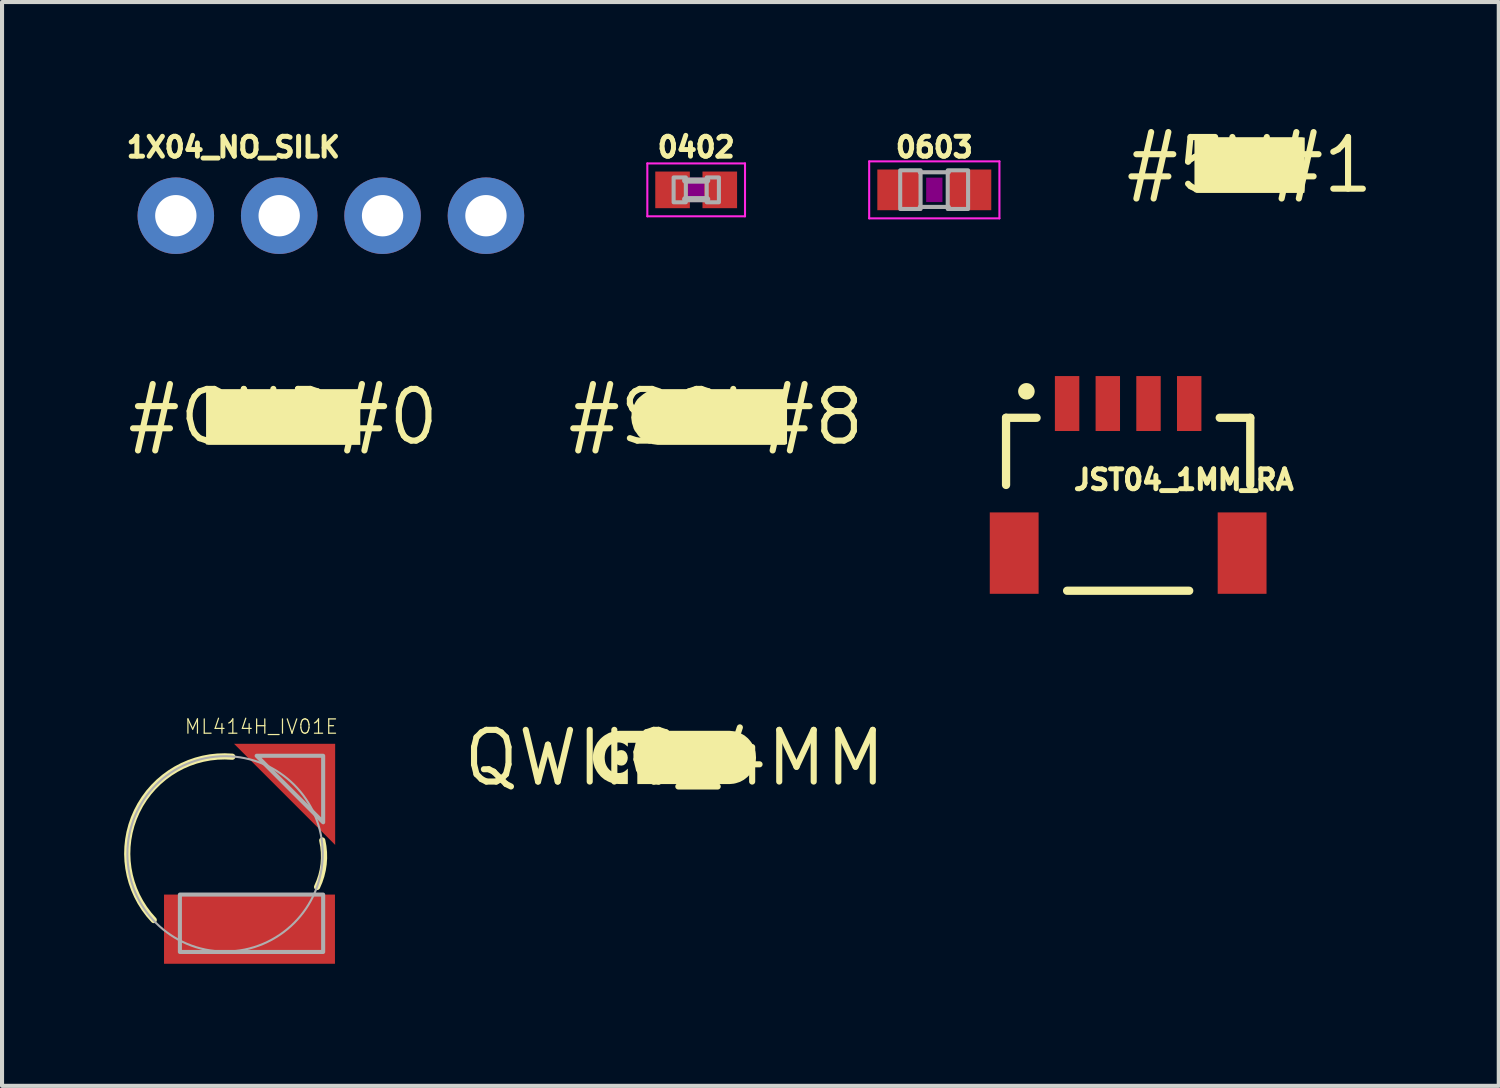
<source format=kicad_pcb>
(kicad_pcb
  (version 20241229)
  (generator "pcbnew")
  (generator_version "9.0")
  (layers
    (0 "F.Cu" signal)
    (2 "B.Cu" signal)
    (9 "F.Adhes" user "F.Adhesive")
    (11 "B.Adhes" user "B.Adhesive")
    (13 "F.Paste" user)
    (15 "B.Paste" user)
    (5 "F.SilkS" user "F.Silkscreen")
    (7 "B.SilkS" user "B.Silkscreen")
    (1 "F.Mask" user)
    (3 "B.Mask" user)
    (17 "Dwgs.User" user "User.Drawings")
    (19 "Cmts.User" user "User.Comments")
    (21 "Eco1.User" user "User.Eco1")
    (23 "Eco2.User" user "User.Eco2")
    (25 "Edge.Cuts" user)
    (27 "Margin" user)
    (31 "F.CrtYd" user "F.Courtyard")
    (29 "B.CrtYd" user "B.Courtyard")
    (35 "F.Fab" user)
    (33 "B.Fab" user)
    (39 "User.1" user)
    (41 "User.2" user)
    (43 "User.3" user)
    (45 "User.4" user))
  (footprint "#5V#1"
    (layer "F.Cu")
    (at 27.653 1.006)
    (property "Reference" "#5V#1" (at 0 0 0) (layer "F.SilkS") (effects (font (size 1.27 1.27) (thickness 0.15))))
    (fp_poly (pts (xy 1.355 -0.674) (xy 1.355 0.62) (xy 1.344 0.685) (xy -1.301 0.685) (xy -1.355 0.663) (xy -1.355 -0.631) (xy -1.333 -0.685) (xy 1.29 -0.685)) (stroke (width 0) (type solid)) (fill yes) (layer "F.SilkS")))
  (footprint "1X04_NO_SILK"
    (layer "F.Cu")
    (at 1.27 2.25)
    (property "Reference" "1X04_NO_SILK" (at -1.27 -1.397 0) (layer "F.SilkS") (effects (font (size 0.488 0.488) (thickness 0.122)) (justify left bottom)))
    (fp_poly (pts (xy -0.254 0.254) (xy 0.254 0.254) (xy 0.254 -0.254) (xy -0.254 -0.254)) (stroke (width 0.1) (type solid)) (fill no) (layer "F.Fab"))
    (fp_poly (pts (xy 2.286 0.254) (xy 2.794 0.254) (xy 2.794 -0.254) (xy 2.286 -0.254)) (stroke (width 0.1) (type solid)) (fill no) (layer "F.Fab"))
    (fp_poly (pts (xy 4.826 0.254) (xy 5.334 0.254) (xy 5.334 -0.254) (xy 4.826 -0.254)) (stroke (width 0.1) (type solid)) (fill no) (layer "F.Fab"))
    (fp_poly (pts (xy 7.366 0.254) (xy 7.874 0.254) (xy 7.874 -0.254) (xy 7.366 -0.254)) (stroke (width 0.1) (type solid)) (fill no) (layer "F.Fab"))
    (pad "1" thru_hole circle (at 0 0 90) (size 1.88 1.88) (drill 1.016) (layers "*.Cu" "*.Mask"))
    (pad "2" thru_hole circle (at 2.54 0 90) (size 1.88 1.88) (drill 1.016) (layers "*.Cu" "*.Mask"))
    (pad "3" thru_hole circle (at 5.08 0 90) (size 1.88 1.88) (drill 1.016) (layers "*.Cu" "*.Mask"))
    (pad "4" thru_hole circle (at 7.62 0 90) (size 1.88 1.88) (drill 1.016) (layers "*.Cu" "*.Mask")))
  (footprint "#GND#0"
    (layer "F.Cu")
    (at 3.908 7.196)
    (property "Reference" "#GND#0" (at 0 0 0) (layer "F.SilkS") (effects (font (size 1.27 1.27) (thickness 0.15))))
    (fp_poly (pts (xy 1.895 -0.674) (xy 1.895 0.685) (xy -1.83 0.685) (xy -1.895 0.674) (xy -1.895 -0.685) (xy 1.83 -0.685)) (stroke (width 0) (type solid)) (fill yes) (layer "F.SilkS")))
  (footprint "JST04_1MM_RA"
    (layer "F.Cu")
    (at 24.669 6.865)
    (property "Reference" "JST04_1MM_RA" (at -1.397 2.159 0) (layer "F.SilkS") (effects (font (size 0.488 0.488) (thickness 0.122)) (justify left bottom)))
    (fp_line (start -3 0.35) (end -2.25 0.35) (stroke (width 0.203) (type solid)) (layer "F.SilkS"))
    (fp_line (start -3 2) (end -3 0.35) (stroke (width 0.203) (type solid)) (layer "F.SilkS"))
    (fp_line (start -1.5 4.6) (end 1.5 4.6) (stroke (width 0.203) (type solid)) (layer "F.SilkS"))
    (fp_line (start 2.25 0.35) (end 3 0.35) (stroke (width 0.203) (type solid)) (layer "F.SilkS"))
    (fp_line (start 3 0.35) (end 3 2) (stroke (width 0.203) (type solid)) (layer "F.SilkS"))
    (fp_circle (center -2.5 -0.3) (end -2.398 -0.3) (stroke (width 0.203) (type solid)) (fill no) (layer "F.SilkS"))
    (pad "1" smd rect (at -1.5 0) (size 0.6 1.35) (layers "F.Cu" "F.Mask" "F.Paste"))
    (pad "2" smd rect (at -0.5 0) (size 0.6 1.35) (layers "F.Cu" "F.Mask" "F.Paste"))
    (pad "3" smd rect (at 0.5 0) (size 0.6 1.35) (layers "F.Cu" "F.Mask" "F.Paste"))
    (pad "4" smd rect (at 1.5 0) (size 0.6 1.35) (layers "F.Cu" "F.Mask" "F.Paste"))
    (pad "NC1" smd rect (at 2.8 3.675) (size 1.2 2) (layers "F.Cu" "F.Mask" "F.Paste"))
    (pad "NC2" smd rect (at -2.8 3.675) (size 1.2 2) (layers "F.Cu" "F.Mask" "F.Paste")))
  (footprint "#SCL#8"
    (layer "F.Cu")
    (at 14.543 7.196)
    (property "Reference" "#SCL#8" (at 0 0 0) (layer "F.SilkS") (effects (font (size 1.27 1.27) (thickness 0.15))))
    (fp_poly (pts (xy -1.397 -0.685) (xy 1.723 -0.685) (xy 1.745 -0.631) (xy 1.745 0.663) (xy 1.691 0.685) (xy -1.43 0.685) (xy -1.501 0.675) (xy -1.571 0.665) (xy -1.632 0.645) (xy -1.753 0.584) (xy -1.813 0.544) (xy -1.863 0.504) (xy -1.914 0.453) (xy -1.954 0.393) (xy -1.994 0.343) (xy -2.025 0.282) (xy -2.045 0.211) (xy -2.065 0.151) (xy -2.075 0.081) (xy -2.085 0.01) (xy -2.075 -0.05) (xy -2.075 -0.121) (xy -2.055 -0.191) (xy -2.035 -0.252) (xy -1.974 -0.373) (xy -1.934 -0.433) (xy -1.883 -0.484) (xy -1.833 -0.524) (xy -1.783 -0.564) (xy -1.723 -0.604) (xy -1.662 -0.635) (xy -1.591 -0.655) (xy -1.531 -0.675) (xy -1.46 -0.675) (xy -1.408 -0.684) (xy -1.409 -0.685) (xy -1.4 -0.685) (xy -1.398 -0.685)) (stroke (width 0) (type solid)) (fill yes) (layer "F.SilkS")))
  (footprint "0402"
    (layer "F.Cu")
    (at 14.055 1.615)
    (property "Reference" "0402" (at 0 -0.762 0) (layer "F.SilkS") (effects (font (size 0.488 0.488) (thickness 0.122)) (justify bottom)))
    (fp_poly (pts (xy -0.2 0.3) (xy 0.2 0.3) (xy 0.2 -0.3) (xy -0.2 -0.3)) (stroke (width 0) (type solid)) (fill yes) (layer "F.Adhes"))
    (fp_line (start -1.2 -0.65) (end 1.2 -0.65) (stroke (width 0.051) (type solid)) (layer "F.CrtYd"))
    (fp_line (start -1.2 0.65) (end -1.2 -0.65) (stroke (width 0.051) (type solid)) (layer "F.CrtYd"))
    (fp_line (start 1.2 -0.65) (end 1.2 0.65) (stroke (width 0.051) (type solid)) (layer "F.CrtYd"))
    (fp_line (start 1.2 0.65) (end -1.2 0.65) (stroke (width 0.051) (type solid)) (layer "F.CrtYd"))
    (fp_line (start -0.27 -0.229) (end 0.27 -0.229) (stroke (width 0.152) (type solid)) (layer "F.Fab"))
    (fp_line (start 0.27 0.229) (end -0.27 0.229) (stroke (width 0.152) (type solid)) (layer "F.Fab"))
    (fp_poly (pts (xy -0.554 0.305) (xy -0.254 0.305) (xy -0.254 -0.305) (xy -0.554 -0.305)) (stroke (width 0.1) (type solid)) (fill no) (layer "F.Fab"))
    (fp_poly (pts (xy 0.259 0.305) (xy 0.559 0.305) (xy 0.559 -0.305) (xy 0.259 -0.305)) (stroke (width 0.1) (type solid)) (fill no) (layer "F.Fab"))
    (pad "1" smd rect (at -0.58 0) (size 0.85 0.9) (layers "F.Cu" "F.Mask" "F.Paste"))
    (pad "2" smd rect (at 0.58 0) (size 0.85 0.9) (layers "F.Cu" "F.Mask" "F.Paste")))
  (footprint "0603"
    (layer "F.Cu")
    (at 19.906 1.615)
    (property "Reference" "0603" (at 0 -0.762 0) (layer "F.SilkS") (effects (font (size 0.488 0.488) (thickness 0.122)) (justify bottom)))
    (fp_poly (pts (xy -0.2 0.3) (xy 0.2 0.3) (xy 0.2 -0.3) (xy -0.2 -0.3)) (stroke (width 0) (type solid)) (fill yes) (layer "F.Adhes"))
    (fp_line (start -1.6 -0.7) (end 1.6 -0.7) (stroke (width 0.051) (type solid)) (layer "F.CrtYd"))
    (fp_line (start -1.6 0.7) (end -1.6 -0.7) (stroke (width 0.051) (type solid)) (layer "F.CrtYd"))
    (fp_line (start 1.6 -0.7) (end 1.6 0.7) (stroke (width 0.051) (type solid)) (layer "F.CrtYd"))
    (fp_line (start 1.6 0.7) (end -1.6 0.7) (stroke (width 0.051) (type solid)) (layer "F.CrtYd"))
    (fp_line (start -0.356 -0.432) (end 0.356 -0.432) (stroke (width 0.102) (type solid)) (layer "F.Fab"))
    (fp_line (start -0.356 0.419) (end 0.356 0.419) (stroke (width 0.102) (type solid)) (layer "F.Fab"))
    (fp_poly (pts (xy -0.838 0.47) (xy -0.338 0.47) (xy -0.338 -0.48) (xy -0.838 -0.48)) (stroke (width 0.1) (type solid)) (fill no) (layer "F.Fab"))
    (fp_poly (pts (xy 0.33 0.47) (xy 0.83 0.47) (xy 0.83 -0.48) (xy 0.33 -0.48)) (stroke (width 0.1) (type solid)) (fill no) (layer "F.Fab"))
    (pad "1" smd rect (at -0.85 0) (size 1.1 1) (layers "F.Cu" "F.Mask" "F.Paste"))
    (pad "2" smd rect (at 0.85 0) (size 1.1 1) (layers "F.Cu" "F.Mask" "F.Paste")))
  (footprint "ML414H_IV01E"
    (layer "F.Cu")
    (at 2.48 17.93)
    (property "Reference" "ML414H_IV01E" (at -1.016 -2.921 0) (layer "F.SilkS") (effects (font (size 0.351 0.351) (thickness 0.03)) (justify left bottom)))
    (fp_poly (pts (xy 2.705 -0.22) (xy 0.22 -2.705) (xy 2.705 -2.705)) (stroke (width 0) (type solid)) (fill yes) (layer "F.Cu"))
    (fp_poly (pts (xy 2.705 -0.22) (xy 0.22 -2.705) (xy 2.705 -2.705)) (stroke (width 0) (type solid)) (fill yes) (layer "F.Mask"))
    (fp_poly (pts (xy -1.5 2.7) (xy 2.7 2.7) (xy 2.7 1) (xy -1.5 1)) (stroke (width 0) (type solid)) (fill yes) (layer "F.Mask"))
    (fp_arc (start -1.752599 1.625602) (mid -2.167967 -1.045069) (end 0.1778 -2.3876) (stroke (width 0.1524) (type solid)) (layer "F.SilkS"))
    (fp_arc (start 2.3876 -0.3302) (mid 2.42159 0.252132) (end 2.260599 0.8128) (stroke (width 0.1524) (type solid)) (layer "F.SilkS"))
    (fp_poly (pts (xy 2.705 -0.22) (xy 0.22 -2.705) (xy 2.705 -2.705)) (stroke (width 0) (type solid)) (fill yes) (layer "F.Paste"))
    (fp_poly (pts (xy -1.5 2.7) (xy 2.7 2.7) (xy 2.7 1) (xy -1.5 1)) (stroke (width 0) (type solid)) (fill yes) (layer "F.Paste"))
    (fp_circle (center 0 0) (end 2.4 0) (stroke (width 0.051) (type solid)) (fill no) (layer "F.Fab"))
    (fp_poly (pts (xy 2.41 -0.776) (xy 0.776 -2.41) (xy 2.41 -2.41)) (stroke (width 0.1) (type solid)) (fill no) (layer "F.Fab"))
    (fp_poly (pts (xy 2.41 2.41) (xy -1.11 2.41) (xy -1.11 1) (xy 2.41 1)) (stroke (width 0.1) (type solid)) (fill no) (layer "F.Fab"))
    (pad "+" smd rect (at 2.022 -2.032) (size 1 1) (layers "F.Cu"))
    (pad "-" smd rect (at 0.6 1.85) (size 4.2 1.7) (layers "F.Cu")))
  (footprint "QWIIC_4MM"
    (layer "F.Cu")
    (at 13.526 15.573)
    (property "Reference" "QWIIC_4MM" (at 0 0 0) (layer "F.SilkS") (effects (font (size 1.27 1.27) (thickness 0.15))))
    (fp_poly (pts (xy -1.253 -0.182) (xy -1.208 -0.151) (xy -1.177 -0.107) (xy -1.159 -0.058) (xy -1.151 -0.004) (xy -1.158 0.049) (xy -1.175 0.099) (xy -1.205 0.143) (xy -1.249 0.176) (xy -1.302 0.188) (xy -1.356 0.183) (xy -1.405 0.162) (xy -1.445 0.126) (xy -1.471 0.079) (xy -1.481 0.026) (xy -1.481 -0.027) (xy -1.473 -0.08) (xy -1.447 -0.128) (xy -1.408 -0.165) (xy -1.359 -0.187) (xy -1.306 -0.193)) (stroke (width 0) (type solid)) (fill yes) (layer "F.SilkS"))
    (fp_poly (pts (xy 1.366 -0.665) (xy 1.472 -0.654) (xy 1.574 -0.624) (xy 1.623 -0.604) (xy 1.717 -0.552) (xy 1.799 -0.484) (xy 1.835 -0.444) (xy 1.869 -0.403) (xy 1.9 -0.359) (xy 1.95 -0.265) (xy 1.982 -0.163) (xy 1.991 -0.11) (xy 2 -0.004) (xy 1.989 0.103) (xy 1.977 0.154) (xy 1.961 0.205) (xy 1.942 0.255) (xy 1.891 0.35) (xy 1.824 0.432) (xy 1.786 0.47) (xy 1.702 0.536) (xy 1.608 0.587) (xy 1.507 0.62) (xy 1.454 0.632) (xy 1.348 0.642) (xy -0.916 0.642) (xy -0.917 0.617) (xy -0.919 -0.342) (xy -0.92 -0.342) (xy -0.919 -0.373) (xy -1.149 -0.373) (xy -1.15 -0.351) (xy -1.15 -0.277) (xy -1.185 -0.304) (xy -1.226 -0.337) (xy -1.271 -0.36) (xy -1.321 -0.375) (xy -1.372 -0.381) (xy -1.424 -0.378) (xy -1.475 -0.369) (xy -1.525 -0.353) (xy -1.57 -0.328) (xy -1.61 -0.295) (xy -1.644 -0.256) (xy -1.672 -0.213) (xy -1.694 -0.166) (xy -1.707 -0.115) (xy -1.715 -0.064) (xy -1.719 -0.012) (xy -1.716 0.041) (xy -1.709 0.092) (xy -1.696 0.143) (xy -1.675 0.191) (xy -1.649 0.235) (xy -1.616 0.276) (xy -1.578 0.31) (xy -1.533 0.336) (xy -1.484 0.354) (xy -1.434 0.366) (xy -1.382 0.371) (xy -1.33 0.367) (xy -1.28 0.355) (xy -1.234 0.333) (xy -1.193 0.302) (xy -1.15 0.262) (xy -1.15 0.595) (xy -1.152 0.642) (xy -1.327 0.642) (xy -1.38 0.64) (xy -1.486 0.629) (xy -1.589 0.598) (xy -1.638 0.577) (xy -1.731 0.525) (xy -1.813 0.456) (xy -1.882 0.375) (xy -1.912 0.331) (xy -1.962 0.237) (xy -1.994 0.134) (xy -2.002 0.082) (xy -2.008 0.029) (xy -2.011 -0.025) (xy -2 -0.131) (xy -1.987 -0.183) (xy -1.971 -0.234) (xy -1.952 -0.283) (xy -1.901 -0.377) (xy -1.833 -0.46) (xy -1.794 -0.497) (xy -1.753 -0.531) (xy -1.71 -0.562) (xy -1.616 -0.614) (xy -1.514 -0.646) (xy -1.462 -0.657) (xy -1.356 -0.667) (xy 1.346 -0.667)) (stroke (width 0) (type solid)) (fill yes) (layer "F.SilkS")))
  (gr_rect
    (start -3 -3)
    (end 33.775 23.63)
    (stroke (width 0.1) (type default))
    (fill no)
    (layer "Edge.Cuts")))
</source>
